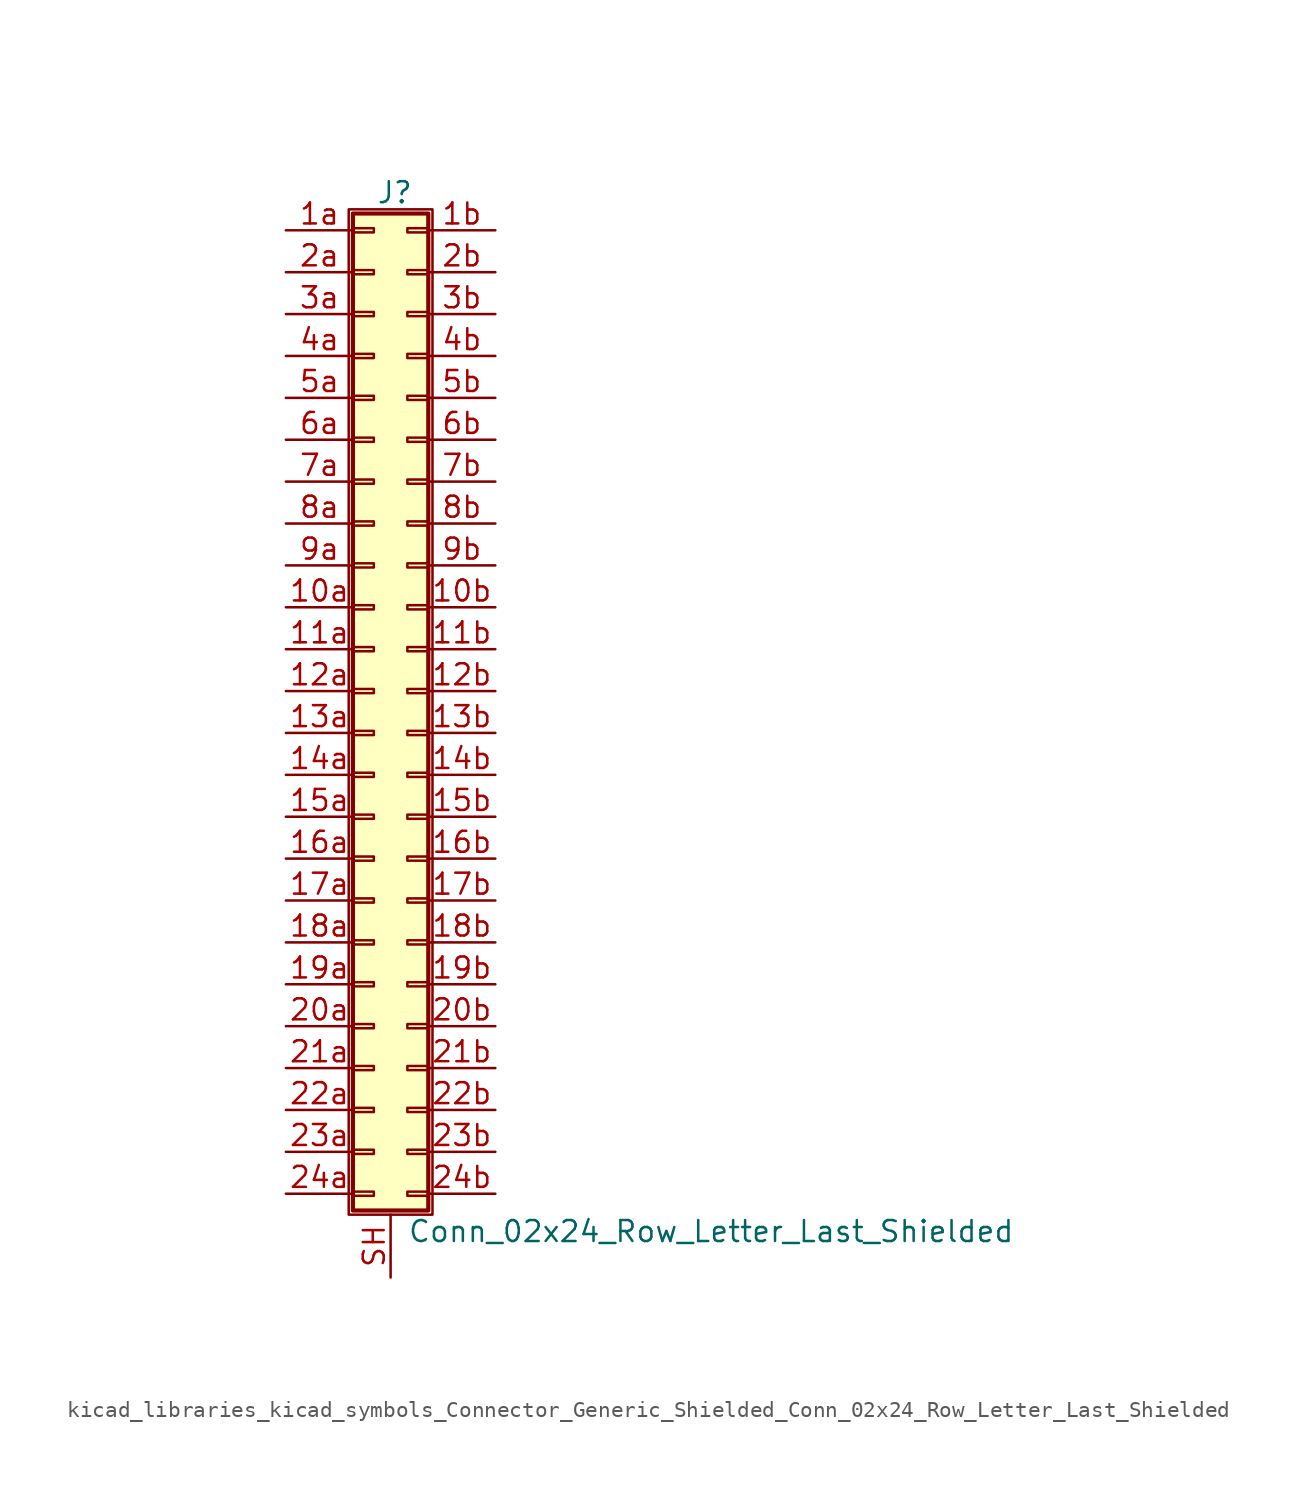
<source format=kicad_sym>
(kicad_symbol_lib
  (version 20220914)
  (generator kicad_symbol_editor)
  (symbol "kicad_libraries_kicad_symbols_Connector_Generic_Shielded_Conn_02x24_Row_Letter_Last_Shielded"
    (pin_names
      (offset 1.016) hide)
    (property "Reference" "J"
      (at 1.524 30.226 0)
      (effects (font (size 1.27 1.27))))
    (property "Value" "Conn_02x24_Row_Letter_Last_Shielded"
      (at 2.286 -32.766 0)
      (effects (font (size 1.27 1.27)) (justify left)))
    (symbol "kicad_libraries_kicad_symbols_Connector_Generic_Shielded_Conn_02x24_Row_Letter_Last_Shielded_1_1"
      (rectangle (start -1.27 29.21) (end 3.81 -31.75) (stroke (width 0.152) (type default)) (fill (type none)))
      (rectangle (start -1.016 -30.353) (end 0.254 -30.607) (stroke (width 0.152) (type default)) (fill (type none)))
      (rectangle (start -1.016 -27.813) (end 0.254 -28.067) (stroke (width 0.152) (type default)) (fill (type none)))
      (rectangle (start -1.016 -25.273) (end 0.254 -25.527) (stroke (width 0.152) (type default)) (fill (type none)))
      (rectangle (start -1.016 -22.733) (end 0.254 -22.987) (stroke (width 0.152) (type default)) (fill (type none)))
      (rectangle (start -1.016 -20.193) (end 0.254 -20.447) (stroke (width 0.152) (type default)) (fill (type none)))
      (rectangle (start -1.016 -17.653) (end 0.254 -17.907) (stroke (width 0.152) (type default)) (fill (type none)))
      (rectangle (start -1.016 -15.113) (end 0.254 -15.367) (stroke (width 0.152) (type default)) (fill (type none)))
      (rectangle (start -1.016 -12.573) (end 0.254 -12.827) (stroke (width 0.152) (type default)) (fill (type none)))
      (rectangle (start -1.016 -10.033) (end 0.254 -10.287) (stroke (width 0.152) (type default)) (fill (type none)))
      (rectangle (start -1.016 -7.493) (end 0.254 -7.747) (stroke (width 0.152) (type default)) (fill (type none)))
      (rectangle (start -1.016 -4.953) (end 0.254 -5.207) (stroke (width 0.152) (type default)) (fill (type none)))
      (rectangle (start -1.016 -2.413) (end 0.254 -2.667) (stroke (width 0.152) (type default)) (fill (type none)))
      (rectangle (start -1.016 0.127) (end 0.254 -0.127) (stroke (width 0.152) (type default)) (fill (type none)))
      (rectangle (start -1.016 2.667) (end 0.254 2.413) (stroke (width 0.152) (type default)) (fill (type none)))
      (rectangle (start -1.016 5.207) (end 0.254 4.953) (stroke (width 0.152) (type default)) (fill (type none)))
      (rectangle (start -1.016 7.747) (end 0.254 7.493) (stroke (width 0.152) (type default)) (fill (type none)))
      (rectangle (start -1.016 10.287) (end 0.254 10.033) (stroke (width 0.152) (type default)) (fill (type none)))
      (rectangle (start -1.016 12.827) (end 0.254 12.573) (stroke (width 0.152) (type default)) (fill (type none)))
      (rectangle (start -1.016 15.367) (end 0.254 15.113) (stroke (width 0.152) (type default)) (fill (type none)))
      (rectangle (start -1.016 17.907) (end 0.254 17.653) (stroke (width 0.152) (type default)) (fill (type none)))
      (rectangle (start -1.016 20.447) (end 0.254 20.193) (stroke (width 0.152) (type default)) (fill (type none)))
      (rectangle (start -1.016 22.987) (end 0.254 22.733) (stroke (width 0.152) (type default)) (fill (type none)))
      (rectangle (start -1.016 25.527) (end 0.254 25.273) (stroke (width 0.152) (type default)) (fill (type none)))
      (rectangle (start -1.016 28.067) (end 0.254 27.813) (stroke (width 0.152) (type default)) (fill (type none)))
      (rectangle (start -1.016 28.956) (end 3.556 -31.496) (stroke (width 0.254) (type default)) (fill (type background)))
      (rectangle (start 3.556 -30.353) (end 2.286 -30.607) (stroke (width 0.152) (type default)) (fill (type none)))
      (rectangle (start 3.556 -27.813) (end 2.286 -28.067) (stroke (width 0.152) (type default)) (fill (type none)))
      (rectangle (start 3.556 -25.273) (end 2.286 -25.527) (stroke (width 0.152) (type default)) (fill (type none)))
      (rectangle (start 3.556 -22.733) (end 2.286 -22.987) (stroke (width 0.152) (type default)) (fill (type none)))
      (rectangle (start 3.556 -20.193) (end 2.286 -20.447) (stroke (width 0.152) (type default)) (fill (type none)))
      (rectangle (start 3.556 -17.653) (end 2.286 -17.907) (stroke (width 0.152) (type default)) (fill (type none)))
      (rectangle (start 3.556 -15.113) (end 2.286 -15.367) (stroke (width 0.152) (type default)) (fill (type none)))
      (rectangle (start 3.556 -12.573) (end 2.286 -12.827) (stroke (width 0.152) (type default)) (fill (type none)))
      (rectangle (start 3.556 -10.033) (end 2.286 -10.287) (stroke (width 0.152) (type default)) (fill (type none)))
      (rectangle (start 3.556 -7.493) (end 2.286 -7.747) (stroke (width 0.152) (type default)) (fill (type none)))
      (rectangle (start 3.556 -4.953) (end 2.286 -5.207) (stroke (width 0.152) (type default)) (fill (type none)))
      (rectangle (start 3.556 -2.413) (end 2.286 -2.667) (stroke (width 0.152) (type default)) (fill (type none)))
      (rectangle (start 3.556 0.127) (end 2.286 -0.127) (stroke (width 0.152) (type default)) (fill (type none)))
      (rectangle (start 3.556 2.667) (end 2.286 2.413) (stroke (width 0.152) (type default)) (fill (type none)))
      (rectangle (start 3.556 5.207) (end 2.286 4.953) (stroke (width 0.152) (type default)) (fill (type none)))
      (rectangle (start 3.556 7.747) (end 2.286 7.493) (stroke (width 0.152) (type default)) (fill (type none)))
      (rectangle (start 3.556 10.287) (end 2.286 10.033) (stroke (width 0.152) (type default)) (fill (type none)))
      (rectangle (start 3.556 12.827) (end 2.286 12.573) (stroke (width 0.152) (type default)) (fill (type none)))
      (rectangle (start 3.556 15.367) (end 2.286 15.113) (stroke (width 0.152) (type default)) (fill (type none)))
      (rectangle (start 3.556 17.907) (end 2.286 17.653) (stroke (width 0.152) (type default)) (fill (type none)))
      (rectangle (start 3.556 20.447) (end 2.286 20.193) (stroke (width 0.152) (type default)) (fill (type none)))
      (rectangle (start 3.556 22.987) (end 2.286 22.733) (stroke (width 0.152) (type default)) (fill (type none)))
      (rectangle (start 3.556 25.527) (end 2.286 25.273) (stroke (width 0.152) (type default)) (fill (type none)))
      (rectangle (start 3.556 28.067) (end 2.286 27.813) (stroke (width 0.152) (type default)) (fill (type none)))
      (pin passive line (at -5.08 5.08 0) (length 4.064) (name "Pin_10a" (effects (font (size 1.27 1.27)))) (number "10a" (effects (font (size 1.27 1.27)))))
      (pin passive line (at 7.62 5.08 180) (length 4.064) (name "Pin_10b" (effects (font (size 1.27 1.27)))) (number "10b" (effects (font (size 1.27 1.27)))))
      (pin passive line (at -5.08 2.54 0) (length 4.064) (name "Pin_11a" (effects (font (size 1.27 1.27)))) (number "11a" (effects (font (size 1.27 1.27)))))
      (pin passive line (at 7.62 2.54 180) (length 4.064) (name "Pin_11b" (effects (font (size 1.27 1.27)))) (number "11b" (effects (font (size 1.27 1.27)))))
      (pin passive line (at -5.08 0 0) (length 4.064) (name "Pin_12a" (effects (font (size 1.27 1.27)))) (number "12a" (effects (font (size 1.27 1.27)))))
      (pin passive line (at 7.62 0 180) (length 4.064) (name "Pin_12b" (effects (font (size 1.27 1.27)))) (number "12b" (effects (font (size 1.27 1.27)))))
      (pin passive line (at -5.08 -2.54 0) (length 4.064) (name "Pin_13a" (effects (font (size 1.27 1.27)))) (number "13a" (effects (font (size 1.27 1.27)))))
      (pin passive line (at 7.62 -2.54 180) (length 4.064) (name "Pin_13b" (effects (font (size 1.27 1.27)))) (number "13b" (effects (font (size 1.27 1.27)))))
      (pin passive line (at -5.08 -5.08 0) (length 4.064) (name "Pin_14a" (effects (font (size 1.27 1.27)))) (number "14a" (effects (font (size 1.27 1.27)))))
      (pin passive line (at 7.62 -5.08 180) (length 4.064) (name "Pin_14b" (effects (font (size 1.27 1.27)))) (number "14b" (effects (font (size 1.27 1.27)))))
      (pin passive line (at -5.08 -7.62 0) (length 4.064) (name "Pin_15a" (effects (font (size 1.27 1.27)))) (number "15a" (effects (font (size 1.27 1.27)))))
      (pin passive line (at 7.62 -7.62 180) (length 4.064) (name "Pin_15b" (effects (font (size 1.27 1.27)))) (number "15b" (effects (font (size 1.27 1.27)))))
      (pin passive line (at -5.08 -10.16 0) (length 4.064) (name "Pin_16a" (effects (font (size 1.27 1.27)))) (number "16a" (effects (font (size 1.27 1.27)))))
      (pin passive line (at 7.62 -10.16 180) (length 4.064) (name "Pin_16b" (effects (font (size 1.27 1.27)))) (number "16b" (effects (font (size 1.27 1.27)))))
      (pin passive line (at -5.08 -12.7 0) (length 4.064) (name "Pin_17a" (effects (font (size 1.27 1.27)))) (number "17a" (effects (font (size 1.27 1.27)))))
      (pin passive line (at 7.62 -12.7 180) (length 4.064) (name "Pin_17b" (effects (font (size 1.27 1.27)))) (number "17b" (effects (font (size 1.27 1.27)))))
      (pin passive line (at -5.08 -15.24 0) (length 4.064) (name "Pin_18a" (effects (font (size 1.27 1.27)))) (number "18a" (effects (font (size 1.27 1.27)))))
      (pin passive line (at 7.62 -15.24 180) (length 4.064) (name "Pin_18b" (effects (font (size 1.27 1.27)))) (number "18b" (effects (font (size 1.27 1.27)))))
      (pin passive line (at -5.08 -17.78 0) (length 4.064) (name "Pin_19a" (effects (font (size 1.27 1.27)))) (number "19a" (effects (font (size 1.27 1.27)))))
      (pin passive line (at 7.62 -17.78 180) (length 4.064) (name "Pin_19b" (effects (font (size 1.27 1.27)))) (number "19b" (effects (font (size 1.27 1.27)))))
      (pin passive line (at -5.08 27.94 0) (length 4.064) (name "Pin_1a" (effects (font (size 1.27 1.27)))) (number "1a" (effects (font (size 1.27 1.27)))))
      (pin passive line (at 7.62 27.94 180) (length 4.064) (name "Pin_1b" (effects (font (size 1.27 1.27)))) (number "1b" (effects (font (size 1.27 1.27)))))
      (pin passive line (at -5.08 -20.32 0) (length 4.064) (name "Pin_20a" (effects (font (size 1.27 1.27)))) (number "20a" (effects (font (size 1.27 1.27)))))
      (pin passive line (at 7.62 -20.32 180) (length 4.064) (name "Pin_20b" (effects (font (size 1.27 1.27)))) (number "20b" (effects (font (size 1.27 1.27)))))
      (pin passive line (at -5.08 -22.86 0) (length 4.064) (name "Pin_21a" (effects (font (size 1.27 1.27)))) (number "21a" (effects (font (size 1.27 1.27)))))
      (pin passive line (at 7.62 -22.86 180) (length 4.064) (name "Pin_21b" (effects (font (size 1.27 1.27)))) (number "21b" (effects (font (size 1.27 1.27)))))
      (pin passive line (at -5.08 -25.4 0) (length 4.064) (name "Pin_22a" (effects (font (size 1.27 1.27)))) (number "22a" (effects (font (size 1.27 1.27)))))
      (pin passive line (at 7.62 -25.4 180) (length 4.064) (name "Pin_22b" (effects (font (size 1.27 1.27)))) (number "22b" (effects (font (size 1.27 1.27)))))
      (pin passive line (at -5.08 -27.94 0) (length 4.064) (name "Pin_23a" (effects (font (size 1.27 1.27)))) (number "23a" (effects (font (size 1.27 1.27)))))
      (pin passive line (at 7.62 -27.94 180) (length 4.064) (name "Pin_23b" (effects (font (size 1.27 1.27)))) (number "23b" (effects (font (size 1.27 1.27)))))
      (pin passive line (at -5.08 -30.48 0) (length 4.064) (name "Pin_24a" (effects (font (size 1.27 1.27)))) (number "24a" (effects (font (size 1.27 1.27)))))
      (pin passive line (at 7.62 -30.48 180) (length 4.064) (name "Pin_24b" (effects (font (size 1.27 1.27)))) (number "24b" (effects (font (size 1.27 1.27)))))
      (pin passive line (at -5.08 25.4 0) (length 4.064) (name "Pin_2a" (effects (font (size 1.27 1.27)))) (number "2a" (effects (font (size 1.27 1.27)))))
      (pin passive line (at 7.62 25.4 180) (length 4.064) (name "Pin_2b" (effects (font (size 1.27 1.27)))) (number "2b" (effects (font (size 1.27 1.27)))))
      (pin passive line (at -5.08 22.86 0) (length 4.064) (name "Pin_3a" (effects (font (size 1.27 1.27)))) (number "3a" (effects (font (size 1.27 1.27)))))
      (pin passive line (at 7.62 22.86 180) (length 4.064) (name "Pin_3b" (effects (font (size 1.27 1.27)))) (number "3b" (effects (font (size 1.27 1.27)))))
      (pin passive line (at -5.08 20.32 0) (length 4.064) (name "Pin_4a" (effects (font (size 1.27 1.27)))) (number "4a" (effects (font (size 1.27 1.27)))))
      (pin passive line (at 7.62 20.32 180) (length 4.064) (name "Pin_4b" (effects (font (size 1.27 1.27)))) (number "4b" (effects (font (size 1.27 1.27)))))
      (pin passive line (at -5.08 17.78 0) (length 4.064) (name "Pin_5a" (effects (font (size 1.27 1.27)))) (number "5a" (effects (font (size 1.27 1.27)))))
      (pin passive line (at 7.62 17.78 180) (length 4.064) (name "Pin_5b" (effects (font (size 1.27 1.27)))) (number "5b" (effects (font (size 1.27 1.27)))))
      (pin passive line (at -5.08 15.24 0) (length 4.064) (name "Pin_6a" (effects (font (size 1.27 1.27)))) (number "6a" (effects (font (size 1.27 1.27)))))
      (pin passive line (at 7.62 15.24 180) (length 4.064) (name "Pin_6b" (effects (font (size 1.27 1.27)))) (number "6b" (effects (font (size 1.27 1.27)))))
      (pin passive line (at -5.08 12.7 0) (length 4.064) (name "Pin_7a" (effects (font (size 1.27 1.27)))) (number "7a" (effects (font (size 1.27 1.27)))))
      (pin passive line (at 7.62 12.7 180) (length 4.064) (name "Pin_7b" (effects (font (size 1.27 1.27)))) (number "7b" (effects (font (size 1.27 1.27)))))
      (pin passive line (at -5.08 10.16 0) (length 4.064) (name "Pin_8a" (effects (font (size 1.27 1.27)))) (number "8a" (effects (font (size 1.27 1.27)))))
      (pin passive line (at 7.62 10.16 180) (length 4.064) (name "Pin_8b" (effects (font (size 1.27 1.27)))) (number "8b" (effects (font (size 1.27 1.27)))))
      (pin passive line (at -5.08 7.62 0) (length 4.064) (name "Pin_9a" (effects (font (size 1.27 1.27)))) (number "9a" (effects (font (size 1.27 1.27)))))
      (pin passive line (at 7.62 7.62 180) (length 4.064) (name "Pin_9b" (effects (font (size 1.27 1.27)))) (number "9b" (effects (font (size 1.27 1.27)))))
      (pin passive line (at 1.27 -35.56 90) (length 3.81) (name "Shield" (effects (font (size 1.27 1.27)))) (number "SH" (effects (font (size 1.27 1.27))))))))
</source>
